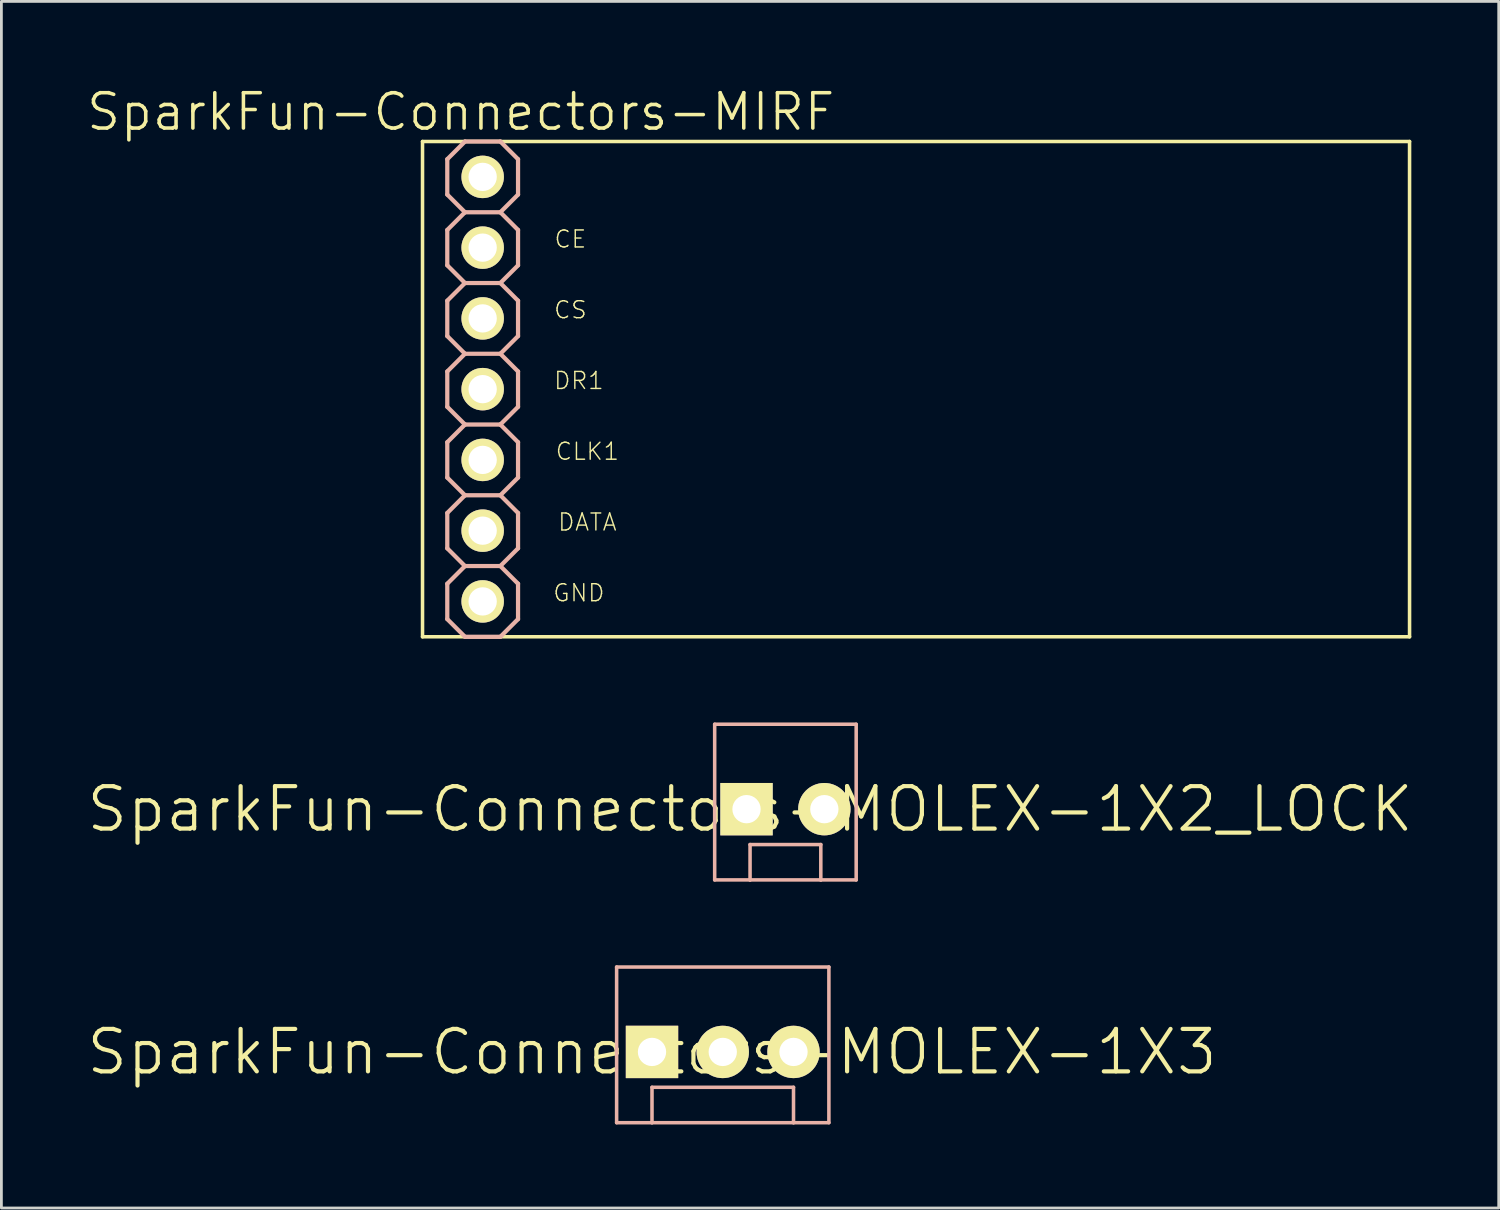
<source format=kicad_pcb>
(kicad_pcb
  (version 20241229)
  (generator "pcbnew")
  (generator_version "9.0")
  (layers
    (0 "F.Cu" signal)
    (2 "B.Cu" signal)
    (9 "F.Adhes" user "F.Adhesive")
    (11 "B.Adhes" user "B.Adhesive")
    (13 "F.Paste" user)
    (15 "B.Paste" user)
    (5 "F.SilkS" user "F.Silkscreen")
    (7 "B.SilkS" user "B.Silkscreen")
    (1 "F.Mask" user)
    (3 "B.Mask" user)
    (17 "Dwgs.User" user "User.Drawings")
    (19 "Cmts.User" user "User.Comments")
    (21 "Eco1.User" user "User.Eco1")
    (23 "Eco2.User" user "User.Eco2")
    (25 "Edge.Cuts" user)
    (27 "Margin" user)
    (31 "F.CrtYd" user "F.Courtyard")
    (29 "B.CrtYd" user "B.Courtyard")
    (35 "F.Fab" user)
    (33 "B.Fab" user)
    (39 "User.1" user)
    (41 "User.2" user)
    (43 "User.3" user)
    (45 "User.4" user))
  (footprint "SparkFun-Connectors-MOLEX-1X3"
    (layer "F.Cu")
    (at 20.356 34.713)
    (property "Reference" "SparkFun-Connectors-MOLEX-1X3" (at 0 0 0) (layer "F.SilkS") (effects (font (size 1.524 1.524) (thickness 0.15))))
    (attr exclude_from_pos_files exclude_from_bom)
    (fp_line (start -1.27 -3.048) (end -1.27 2.54) (stroke (width 0.127) (type solid)) (layer "B.SilkS"))
    (fp_line (start 0 1.27) (end 5.08 1.27) (stroke (width 0.127) (type solid)) (layer "B.SilkS"))
    (fp_line (start 0 2.54) (end -1.27 2.54) (stroke (width 0.127) (type solid)) (layer "B.SilkS"))
    (fp_line (start 0 2.54) (end 0 1.27) (stroke (width 0.127) (type solid)) (layer "B.SilkS"))
    (fp_line (start 5.08 1.27) (end 5.08 2.54) (stroke (width 0.127) (type solid)) (layer "B.SilkS"))
    (fp_line (start 5.08 2.54) (end 0 2.54) (stroke (width 0.127) (type solid)) (layer "B.SilkS"))
    (fp_line (start 6.35 -3.048) (end -1.27 -3.048) (stroke (width 0.127) (type solid)) (layer "B.SilkS"))
    (fp_line (start 6.35 -3.048) (end 6.35 2.54) (stroke (width 0.127) (type solid)) (layer "B.SilkS"))
    (fp_line (start 6.35 2.54) (end 5.08 2.54) (stroke (width 0.127) (type solid)) (layer "B.SilkS"))
    (pad "1" thru_hole rect (at 0 0) (size 1.88 1.88) (drill 1.016) (layers "*.Cu" "F.Mask" "F.SilkS" "F.Paste"))
    (pad "2" thru_hole circle (at 2.54 0) (size 1.88 1.88) (drill 1.016) (layers "*.Cu" "F.Mask" "F.SilkS" "F.Paste"))
    (pad "3" thru_hole circle (at 5.08 0) (size 1.88 1.88) (drill 1.016) (layers "*.Cu" "F.Mask" "F.SilkS" "F.Paste")))
  (footprint "SparkFun-Connectors-MIRF"
    (layer "F.Cu")
    (at 14.277 10.92)
    (property "Reference" "SparkFun-Connectors-MIRF" (at -0.787 -9.954 180) (layer "F.SilkS") (effects (font (size 1.27 1.27) (thickness 0.127))))
    (attr exclude_from_pos_files exclude_from_bom)
    (fp_line (start -2.159 -8.89) (end -2.159 8.89) (stroke (width 0.127) (type solid)) (layer "F.SilkS"))
    (fp_line (start -2.159 8.89) (end 33.274 8.89) (stroke (width 0.127) (type solid)) (layer "F.SilkS"))
    (fp_line (start -0.254 -7.874) (end 0.254 -7.874) (stroke (width 0.066) (type solid)) (layer "F.SilkS"))
    (fp_line (start -0.254 -7.366) (end -0.254 -7.874) (stroke (width 0.066) (type solid)) (layer "F.SilkS"))
    (fp_line (start -0.254 -7.366) (end 0.254 -7.366) (stroke (width 0.066) (type solid)) (layer "F.SilkS"))
    (fp_line (start -0.254 -5.334) (end 0.254 -5.334) (stroke (width 0.066) (type solid)) (layer "F.SilkS"))
    (fp_line (start -0.254 -4.826) (end -0.254 -5.334) (stroke (width 0.066) (type solid)) (layer "F.SilkS"))
    (fp_line (start -0.254 -4.826) (end 0.254 -4.826) (stroke (width 0.066) (type solid)) (layer "F.SilkS"))
    (fp_line (start -0.254 -2.794) (end 0.254 -2.794) (stroke (width 0.066) (type solid)) (layer "F.SilkS"))
    (fp_line (start -0.254 -2.286) (end -0.254 -2.794) (stroke (width 0.066) (type solid)) (layer "F.SilkS"))
    (fp_line (start -0.254 -2.286) (end 0.254 -2.286) (stroke (width 0.066) (type solid)) (layer "F.SilkS"))
    (fp_line (start -0.254 -0.254) (end 0.254 -0.254) (stroke (width 0.066) (type solid)) (layer "F.SilkS"))
    (fp_line (start -0.254 0.254) (end -0.254 -0.254) (stroke (width 0.066) (type solid)) (layer "F.SilkS"))
    (fp_line (start -0.254 0.254) (end 0.254 0.254) (stroke (width 0.066) (type solid)) (layer "F.SilkS"))
    (fp_line (start -0.254 2.286) (end 0.254 2.286) (stroke (width 0.066) (type solid)) (layer "F.SilkS"))
    (fp_line (start -0.254 2.794) (end -0.254 2.286) (stroke (width 0.066) (type solid)) (layer "F.SilkS"))
    (fp_line (start -0.254 2.794) (end 0.254 2.794) (stroke (width 0.066) (type solid)) (layer "F.SilkS"))
    (fp_line (start -0.254 4.826) (end 0.254 4.826) (stroke (width 0.066) (type solid)) (layer "F.SilkS"))
    (fp_line (start -0.254 5.334) (end -0.254 4.826) (stroke (width 0.066) (type solid)) (layer "F.SilkS"))
    (fp_line (start -0.254 5.334) (end 0.254 5.334) (stroke (width 0.066) (type solid)) (layer "F.SilkS"))
    (fp_line (start -0.254 7.366) (end 0.254 7.366) (stroke (width 0.066) (type solid)) (layer "F.SilkS"))
    (fp_line (start -0.254 7.874) (end -0.254 7.366) (stroke (width 0.066) (type solid)) (layer "F.SilkS"))
    (fp_line (start -0.254 7.874) (end 0.254 7.874) (stroke (width 0.066) (type solid)) (layer "F.SilkS"))
    (fp_line (start 0.254 -7.366) (end 0.254 -7.874) (stroke (width 0.066) (type solid)) (layer "F.SilkS"))
    (fp_line (start 0.254 -4.826) (end 0.254 -5.334) (stroke (width 0.066) (type solid)) (layer "F.SilkS"))
    (fp_line (start 0.254 -2.286) (end 0.254 -2.794) (stroke (width 0.066) (type solid)) (layer "F.SilkS"))
    (fp_line (start 0.254 0.254) (end 0.254 -0.254) (stroke (width 0.066) (type solid)) (layer "F.SilkS"))
    (fp_line (start 0.254 2.794) (end 0.254 2.286) (stroke (width 0.066) (type solid)) (layer "F.SilkS"))
    (fp_line (start 0.254 5.334) (end 0.254 4.826) (stroke (width 0.066) (type solid)) (layer "F.SilkS"))
    (fp_line (start 0.254 7.874) (end 0.254 7.366) (stroke (width 0.066) (type solid)) (layer "F.SilkS"))
    (fp_line (start 33.274 -8.89) (end -2.159 -8.89) (stroke (width 0.127) (type solid)) (layer "F.SilkS"))
    (fp_line (start 33.274 8.89) (end 33.274 -8.89) (stroke (width 0.127) (type solid)) (layer "F.SilkS"))
    (fp_line (start -1.27 -8.255) (end -0.635 -8.89) (stroke (width 0.152) (type solid)) (layer "B.SilkS"))
    (fp_line (start -1.27 -6.985) (end -1.27 -8.255) (stroke (width 0.152) (type solid)) (layer "B.SilkS"))
    (fp_line (start -1.27 -6.985) (end -0.635 -6.35) (stroke (width 0.152) (type solid)) (layer "B.SilkS"))
    (fp_line (start -1.27 -5.715) (end -0.635 -6.35) (stroke (width 0.152) (type solid)) (layer "B.SilkS"))
    (fp_line (start -1.27 -4.445) (end -1.27 -5.715) (stroke (width 0.152) (type solid)) (layer "B.SilkS"))
    (fp_line (start -1.27 -3.175) (end -0.635 -3.81) (stroke (width 0.152) (type solid)) (layer "B.SilkS"))
    (fp_line (start -1.27 -1.905) (end -1.27 -3.175) (stroke (width 0.152) (type solid)) (layer "B.SilkS"))
    (fp_line (start -1.27 -0.635) (end -0.635 -1.27) (stroke (width 0.152) (type solid)) (layer "B.SilkS"))
    (fp_line (start -1.27 0.635) (end -1.27 -0.635) (stroke (width 0.152) (type solid)) (layer "B.SilkS"))
    (fp_line (start -1.27 0.635) (end -0.635 1.27) (stroke (width 0.152) (type solid)) (layer "B.SilkS"))
    (fp_line (start -1.27 1.905) (end -0.635 1.27) (stroke (width 0.152) (type solid)) (layer "B.SilkS"))
    (fp_line (start -1.27 3.175) (end -1.27 1.905) (stroke (width 0.152) (type solid)) (layer "B.SilkS"))
    (fp_line (start -1.27 4.445) (end -0.635 3.81) (stroke (width 0.152) (type solid)) (layer "B.SilkS"))
    (fp_line (start -1.27 5.715) (end -1.27 4.445) (stroke (width 0.152) (type solid)) (layer "B.SilkS"))
    (fp_line (start -1.27 6.985) (end -0.635 6.35) (stroke (width 0.152) (type solid)) (layer "B.SilkS"))
    (fp_line (start -1.27 8.255) (end -1.27 6.985) (stroke (width 0.152) (type solid)) (layer "B.SilkS"))
    (fp_line (start -1.27 8.255) (end -0.635 8.89) (stroke (width 0.152) (type solid)) (layer "B.SilkS"))
    (fp_line (start -0.635 -8.89) (end 0.635 -8.89) (stroke (width 0.152) (type solid)) (layer "B.SilkS"))
    (fp_line (start -0.635 -6.35) (end 0.635 -6.35) (stroke (width 0.152) (type solid)) (layer "B.SilkS"))
    (fp_line (start -0.635 -3.81) (end -1.27 -4.445) (stroke (width 0.152) (type solid)) (layer "B.SilkS"))
    (fp_line (start -0.635 -3.81) (end 0.635 -3.81) (stroke (width 0.152) (type solid)) (layer "B.SilkS"))
    (fp_line (start -0.635 -1.27) (end -1.27 -1.905) (stroke (width 0.152) (type solid)) (layer "B.SilkS"))
    (fp_line (start -0.635 -1.27) (end 0.635 -1.27) (stroke (width 0.152) (type solid)) (layer "B.SilkS"))
    (fp_line (start -0.635 1.27) (end 0.635 1.27) (stroke (width 0.152) (type solid)) (layer "B.SilkS"))
    (fp_line (start -0.635 3.81) (end -1.27 3.175) (stroke (width 0.152) (type solid)) (layer "B.SilkS"))
    (fp_line (start -0.635 3.81) (end 0.635 3.81) (stroke (width 0.152) (type solid)) (layer "B.SilkS"))
    (fp_line (start -0.635 6.35) (end -1.27 5.715) (stroke (width 0.152) (type solid)) (layer "B.SilkS"))
    (fp_line (start -0.635 6.35) (end 0.635 6.35) (stroke (width 0.152) (type solid)) (layer "B.SilkS"))
    (fp_line (start -0.635 8.89) (end 0.635 8.89) (stroke (width 0.152) (type solid)) (layer "B.SilkS"))
    (fp_line (start 0.635 -8.89) (end 1.27 -8.255) (stroke (width 0.152) (type solid)) (layer "B.SilkS"))
    (fp_line (start 0.635 -6.35) (end 1.27 -6.985) (stroke (width 0.152) (type solid)) (layer "B.SilkS"))
    (fp_line (start 0.635 -6.35) (end 1.27 -5.715) (stroke (width 0.152) (type solid)) (layer "B.SilkS"))
    (fp_line (start 0.635 -3.81) (end 1.27 -3.175) (stroke (width 0.152) (type solid)) (layer "B.SilkS"))
    (fp_line (start 0.635 -1.27) (end 1.27 -0.635) (stroke (width 0.152) (type solid)) (layer "B.SilkS"))
    (fp_line (start 0.635 1.27) (end 1.27 0.635) (stroke (width 0.152) (type solid)) (layer "B.SilkS"))
    (fp_line (start 0.635 1.27) (end 1.27 1.905) (stroke (width 0.152) (type solid)) (layer "B.SilkS"))
    (fp_line (start 0.635 3.81) (end 1.27 4.445) (stroke (width 0.152) (type solid)) (layer "B.SilkS"))
    (fp_line (start 0.635 6.35) (end 1.27 6.985) (stroke (width 0.152) (type solid)) (layer "B.SilkS"))
    (fp_line (start 0.635 8.89) (end 1.27 8.255) (stroke (width 0.152) (type solid)) (layer "B.SilkS"))
    (fp_line (start 1.27 -8.255) (end 1.27 -6.985) (stroke (width 0.152) (type solid)) (layer "B.SilkS"))
    (fp_line (start 1.27 -5.715) (end 1.27 -4.445) (stroke (width 0.152) (type solid)) (layer "B.SilkS"))
    (fp_line (start 1.27 -4.445) (end 0.635 -3.81) (stroke (width 0.152) (type solid)) (layer "B.SilkS"))
    (fp_line (start 1.27 -3.175) (end 1.27 -1.905) (stroke (width 0.152) (type solid)) (layer "B.SilkS"))
    (fp_line (start 1.27 -1.905) (end 0.635 -1.27) (stroke (width 0.152) (type solid)) (layer "B.SilkS"))
    (fp_line (start 1.27 -0.635) (end 1.27 0.635) (stroke (width 0.152) (type solid)) (layer "B.SilkS"))
    (fp_line (start 1.27 1.905) (end 1.27 3.175) (stroke (width 0.152) (type solid)) (layer "B.SilkS"))
    (fp_line (start 1.27 3.175) (end 0.635 3.81) (stroke (width 0.152) (type solid)) (layer "B.SilkS"))
    (fp_line (start 1.27 4.445) (end 1.27 5.715) (stroke (width 0.152) (type solid)) (layer "B.SilkS"))
    (fp_line (start 1.27 5.715) (end 0.635 6.35) (stroke (width 0.152) (type solid)) (layer "B.SilkS"))
    (fp_line (start 1.27 6.985) (end 1.27 8.255) (stroke (width 0.152) (type solid)) (layer "B.SilkS"))
    (fp_text user "GND" (at 3.454 7.315 0) (layer "F.SilkS") (effects (font (size 0.61 0.61) (thickness 0.051))))
    (fp_text user "CLK1" (at 3.759 2.235 0) (layer "F.SilkS") (effects (font (size 0.61 0.61) (thickness 0.051))))
    (fp_text user "CS" (at 3.15 -2.845 0) (layer "F.SilkS") (effects (font (size 0.61 0.61) (thickness 0.051))))
    (fp_text user "CE" (at 3.15 -5.385 0) (layer "F.SilkS") (effects (font (size 0.61 0.61) (thickness 0.051))))
    (fp_text user "DR1" (at 3.454 -0.305 0) (layer "F.SilkS") (effects (font (size 0.61 0.61) (thickness 0.051))))
    (fp_text user "DATA" (at 3.759 4.775 0) (layer "F.SilkS") (effects (font (size 0.61 0.61) (thickness 0.051))))
    (pad "1" thru_hole circle (at 0 7.62) (size 1.524 1.524) (drill 1.016) (layers "*.Cu" "F.Mask" "F.SilkS" "F.Paste"))
    (pad "2" thru_hole circle (at 0 5.08) (size 1.524 1.524) (drill 1.016) (layers "*.Cu" "F.Mask" "F.SilkS" "F.Paste"))
    (pad "3" thru_hole circle (at 0 2.54) (size 1.524 1.524) (drill 1.016) (layers "*.Cu" "F.Mask" "F.SilkS" "F.Paste"))
    (pad "4" thru_hole circle (at 0 0) (size 1.524 1.524) (drill 1.016) (layers "*.Cu" "F.Mask" "F.SilkS" "F.Paste"))
    (pad "5" thru_hole circle (at 0 -2.54) (size 1.524 1.524) (drill 1.016) (layers "*.Cu" "F.Mask" "F.SilkS" "F.Paste"))
    (pad "6" thru_hole circle (at 0 -5.08) (size 1.524 1.524) (drill 1.016) (layers "*.Cu" "F.Mask" "F.SilkS" "F.Paste"))
    (pad "7" thru_hole circle (at 0 -7.62) (size 1.524 1.524) (drill 1.016) (layers "*.Cu" "F.Mask" "F.SilkS" "F.Paste")))
  (footprint "SparkFun-Connectors-MOLEX-1X2_LOCK"
    (layer "F.Cu")
    (at 23.876 25.998)
    (property "Reference" "SparkFun-Connectors-MOLEX-1X2_LOCK" (at 0 0 0) (layer "F.SilkS") (effects (font (size 1.524 1.524) (thickness 0.15))))
    (attr exclude_from_pos_files exclude_from_bom)
    (fp_line (start -0.292 -0.292) (end 0.292 -0.292) (stroke (width 0.066) (type solid)) (layer "F.SilkS"))
    (fp_line (start -0.292 0.292) (end -0.292 -0.292) (stroke (width 0.066) (type solid)) (layer "F.SilkS"))
    (fp_line (start -0.292 0.292) (end 0.292 0.292) (stroke (width 0.066) (type solid)) (layer "F.SilkS"))
    (fp_line (start 0.292 0.292) (end 0.292 -0.292) (stroke (width 0.066) (type solid)) (layer "F.SilkS"))
    (fp_line (start 2.248 -0.292) (end 2.832 -0.292) (stroke (width 0.066) (type solid)) (layer "F.SilkS"))
    (fp_line (start 2.248 0.292) (end 2.248 -0.292) (stroke (width 0.066) (type solid)) (layer "F.SilkS"))
    (fp_line (start 2.248 0.292) (end 2.832 0.292) (stroke (width 0.066) (type solid)) (layer "F.SilkS"))
    (fp_line (start 2.832 0.292) (end 2.832 -0.292) (stroke (width 0.066) (type solid)) (layer "F.SilkS"))
    (fp_line (start -1.27 -3.048) (end -1.27 2.54) (stroke (width 0.127) (type solid)) (layer "B.SilkS"))
    (fp_line (start 0 1.27) (end 2.54 1.27) (stroke (width 0.127) (type solid)) (layer "B.SilkS"))
    (fp_line (start 0 2.54) (end -1.27 2.54) (stroke (width 0.127) (type solid)) (layer "B.SilkS"))
    (fp_line (start 0 2.54) (end 0 1.27) (stroke (width 0.127) (type solid)) (layer "B.SilkS"))
    (fp_line (start 2.54 1.27) (end 2.54 2.54) (stroke (width 0.127) (type solid)) (layer "B.SilkS"))
    (fp_line (start 2.54 2.54) (end 0 2.54) (stroke (width 0.127) (type solid)) (layer "B.SilkS"))
    (fp_line (start 3.81 -3.048) (end -1.27 -3.048) (stroke (width 0.127) (type solid)) (layer "B.SilkS"))
    (fp_line (start 3.81 -3.048) (end 3.81 2.54) (stroke (width 0.127) (type solid)) (layer "B.SilkS"))
    (fp_line (start 3.81 2.54) (end 2.54 2.54) (stroke (width 0.127) (type solid)) (layer "B.SilkS"))
    (pad "1" thru_hole rect (at -0.127 0) (size 1.88 1.88) (drill 1.016) (layers "*.Cu" "F.Mask" "F.SilkS" "F.Paste"))
    (pad "2" thru_hole circle (at 2.667 0) (size 1.88 1.88) (drill 1.016) (layers "*.Cu" "F.Mask" "F.SilkS" "F.Paste")))
  (gr_rect
    (start -3 -3)
    (end 50.752 40.316)
    (stroke (width 0.1) (type default))
    (fill no)
    (layer "Edge.Cuts")))
</source>
